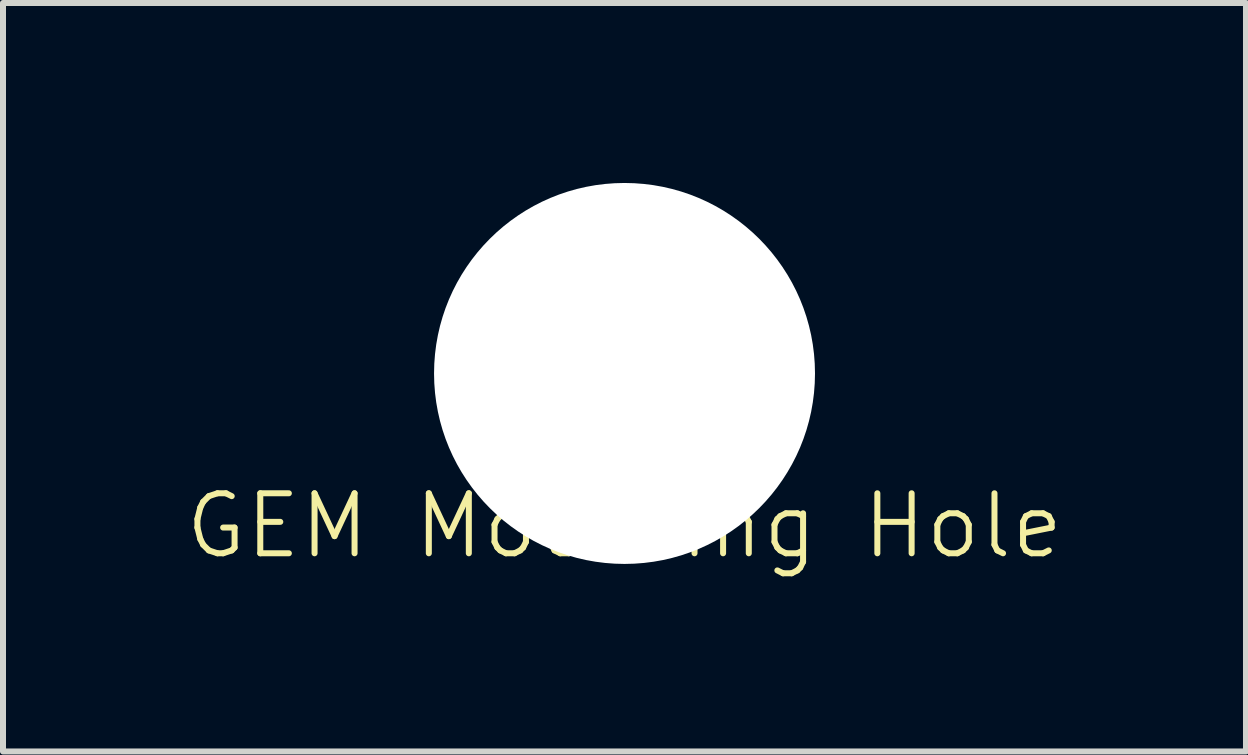
<source format=kicad_pcb>
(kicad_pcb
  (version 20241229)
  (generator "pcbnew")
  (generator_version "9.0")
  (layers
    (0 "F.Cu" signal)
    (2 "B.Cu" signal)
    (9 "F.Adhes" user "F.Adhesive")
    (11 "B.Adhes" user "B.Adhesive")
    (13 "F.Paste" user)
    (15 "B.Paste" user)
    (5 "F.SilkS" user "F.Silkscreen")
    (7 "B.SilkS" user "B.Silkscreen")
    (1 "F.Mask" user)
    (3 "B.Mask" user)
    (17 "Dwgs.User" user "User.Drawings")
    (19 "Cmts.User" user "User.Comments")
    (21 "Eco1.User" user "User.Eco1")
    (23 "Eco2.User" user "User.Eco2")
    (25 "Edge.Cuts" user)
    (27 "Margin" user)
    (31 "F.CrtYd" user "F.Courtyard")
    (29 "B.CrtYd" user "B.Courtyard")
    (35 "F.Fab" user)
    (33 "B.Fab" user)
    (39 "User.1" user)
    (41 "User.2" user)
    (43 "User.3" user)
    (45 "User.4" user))
  (footprint "GEM Mounting Hole"
    (layer "F.Cu")
    (at 7.36 3.175)
    (property "Reference" "GEM Mounting Hole" (at 0 2.54 0) (unlocked yes) (layer "F.SilkS") (effects (font (size 1 1) (thickness 0.1))))
    (attr through_hole)
    (pad "" np_thru_hole circle (at 0 0) (size 6.35 6.35) (drill 6.35) (layers "*.Cu" "*.Mask")))
  (gr_rect
    (start -3 -3)
    (end 17.719 9.476)
    (stroke (width 0.1) (type default))
    (fill no)
    (layer "Edge.Cuts")))
</source>
